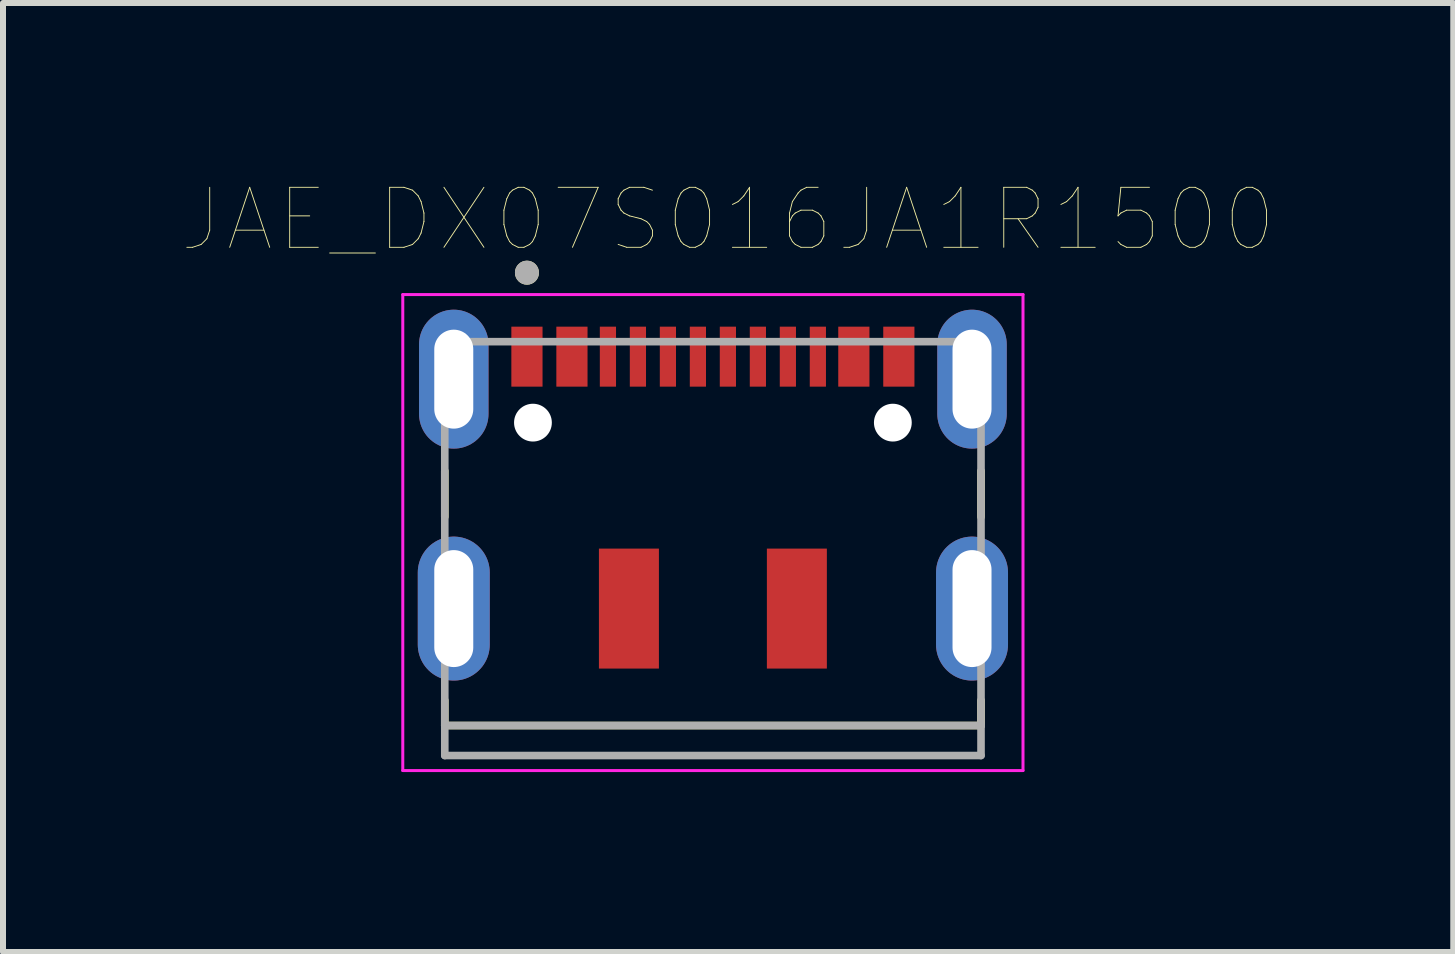
<source format=kicad_pcb>
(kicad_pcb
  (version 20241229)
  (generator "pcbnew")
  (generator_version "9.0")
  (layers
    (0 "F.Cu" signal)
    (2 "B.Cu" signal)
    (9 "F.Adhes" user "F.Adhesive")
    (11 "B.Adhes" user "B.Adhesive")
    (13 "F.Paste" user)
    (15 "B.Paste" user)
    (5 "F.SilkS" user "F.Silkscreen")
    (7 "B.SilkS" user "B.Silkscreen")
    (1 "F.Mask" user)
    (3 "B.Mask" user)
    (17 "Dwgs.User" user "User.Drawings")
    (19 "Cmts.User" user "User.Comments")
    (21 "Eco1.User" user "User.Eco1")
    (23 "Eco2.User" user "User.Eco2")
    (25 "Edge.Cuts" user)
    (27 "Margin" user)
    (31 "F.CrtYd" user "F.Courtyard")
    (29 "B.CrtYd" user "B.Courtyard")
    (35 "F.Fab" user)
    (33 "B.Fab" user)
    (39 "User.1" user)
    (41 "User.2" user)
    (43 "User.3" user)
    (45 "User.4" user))
  (footprint "JAE_DX07S016JA1R1500"
    (layer "F.Cu")
    (at 8.835 3.996)
    (property "Reference" "JAE_DX07S016JA1R1500" (at 0.254 -3.385 0) (layer "F.SilkS") (effects (font (size 1 1) (thickness 0.015))))
    (attr through_hole)
    (fp_line (start -4.47 0.805) (end -4.47 1.57) (stroke (width 0.127) (type solid)) (layer "F.SilkS"))
    (fp_line (start -4.47 5.05) (end -4.47 4.63) (stroke (width 0.127) (type solid)) (layer "F.SilkS"))
    (fp_line (start 4.47 0.805) (end 4.47 1.57) (stroke (width 0.127) (type solid)) (layer "F.SilkS"))
    (fp_line (start 4.47 4.63) (end 4.47 5.05) (stroke (width 0.127) (type solid)) (layer "F.SilkS"))
    (fp_line (start 4.47 5.05) (end -4.47 5.05) (stroke (width 0.127) (type solid)) (layer "F.SilkS"))
    (fp_circle (center -3.1 -2.5) (end -3 -2.5) (stroke (width 0.2) (type solid)) (fill no) (layer "F.SilkS"))
    (fp_line (start -5.17 -2.135) (end 5.17 -2.135) (stroke (width 0.05) (type solid)) (layer "F.CrtYd"))
    (fp_line (start -5.17 5.8) (end -5.17 -2.135) (stroke (width 0.05) (type solid)) (layer "F.CrtYd"))
    (fp_line (start 5.17 -2.135) (end 5.17 5.8) (stroke (width 0.05) (type solid)) (layer "F.CrtYd"))
    (fp_line (start 5.17 5.8) (end -5.17 5.8) (stroke (width 0.05) (type solid)) (layer "F.CrtYd"))
    (fp_line (start -4.47 -1.35) (end 4.47 -1.35) (stroke (width 0.127) (type solid)) (layer "F.Fab"))
    (fp_line (start -4.47 5.05) (end -4.47 -1.35) (stroke (width 0.127) (type solid)) (layer "F.Fab"))
    (fp_line (start -4.47 5.55) (end -4.47 5.05) (stroke (width 0.127) (type solid)) (layer "F.Fab"))
    (fp_line (start 4.47 -1.35) (end 4.47 5.05) (stroke (width 0.127) (type solid)) (layer "F.Fab"))
    (fp_line (start 4.47 5.05) (end -4.47 5.05) (stroke (width 0.127) (type solid)) (layer "F.Fab"))
    (fp_line (start 4.47 5.05) (end 4.47 5.55) (stroke (width 0.127) (type solid)) (layer "F.Fab"))
    (fp_line (start 4.47 5.55) (end -4.47 5.55) (stroke (width 0.127) (type solid)) (layer "F.Fab"))
    (fp_circle (center -3.1 -2.5) (end -3 -2.5) (stroke (width 0.2) (type solid)) (fill no) (layer "F.Fab"))
    (pad "" np_thru_hole circle (at -3 0) (size 0.63 0.63) (drill 0.63) (layers "*.Cu" "*.Mask"))
    (pad "" np_thru_hole circle (at 3 0) (size 0.63 0.63) (drill 0.63) (layers "*.Cu" "*.Mask"))
    (pad "1" smd rect (at -3.1 -1.1) (size 0.52 1) (layers "F.Cu" "F.Mask" "F.Paste"))
    (pad "2" smd rect (at -2.35 -1.1) (size 0.52 1) (layers "F.Cu" "F.Mask" "F.Paste"))
    (pad "3" smd rect (at -1.75 -1.1) (size 0.27 1) (layers "F.Cu" "F.Mask" "F.Paste"))
    (pad "4" smd rect (at -1.25 -1.1) (size 0.27 1) (layers "F.Cu" "F.Mask" "F.Paste"))
    (pad "5" smd rect (at -0.75 -1.1) (size 0.27 1) (layers "F.Cu" "F.Mask" "F.Paste"))
    (pad "6" smd rect (at -0.25 -1.1) (size 0.27 1) (layers "F.Cu" "F.Mask" "F.Paste"))
    (pad "7" smd rect (at 0.25 -1.1) (size 0.27 1) (layers "F.Cu" "F.Mask" "F.Paste"))
    (pad "8" smd rect (at 0.75 -1.1) (size 0.27 1) (layers "F.Cu" "F.Mask" "F.Paste"))
    (pad "9" smd rect (at 1.25 -1.1) (size 0.27 1) (layers "F.Cu" "F.Mask" "F.Paste"))
    (pad "10" smd rect (at 1.75 -1.1) (size 0.27 1) (layers "F.Cu" "F.Mask" "F.Paste"))
    (pad "11" smd rect (at 2.35 -1.1) (size 0.52 1) (layers "F.Cu" "F.Mask" "F.Paste"))
    (pad "12" smd rect (at 3.1 -1.1) (size 0.52 1) (layers "F.Cu" "F.Mask" "F.Paste"))
    (pad "S1" smd rect (at -1.4 3.1) (size 1 2) (layers "F.Cu" "F.Mask" "F.Paste"))
    (pad "S2" smd rect (at 1.4 3.1) (size 1 2) (layers "F.Cu" "F.Mask" "F.Paste"))
    (pad "S3" thru_hole oval (at -4.32 -0.725) (size 1.158 2.316) (drill oval 0.65 1.65) (layers "*.Cu" "*.Mask"))
    (pad "S4" thru_hole oval (at 4.32 -0.725) (size 1.158 2.316) (drill oval 0.65 1.65) (layers "*.Cu" "*.Mask"))
    (pad "S5" thru_hole oval (at -4.32 3.1) (size 1.2 2.4) (drill oval 0.65 1.95) (layers "*.Cu" "*.Mask"))
    (pad "S6" thru_hole oval (at 4.32 3.1) (size 1.2 2.4) (drill oval 0.65 1.95) (layers "*.Cu" "*.Mask")))
  (gr_rect
    (start -3 -3)
    (end 21.178 12.821)
    (stroke (width 0.1) (type default))
    (fill no)
    (layer "Edge.Cuts")))
</source>
